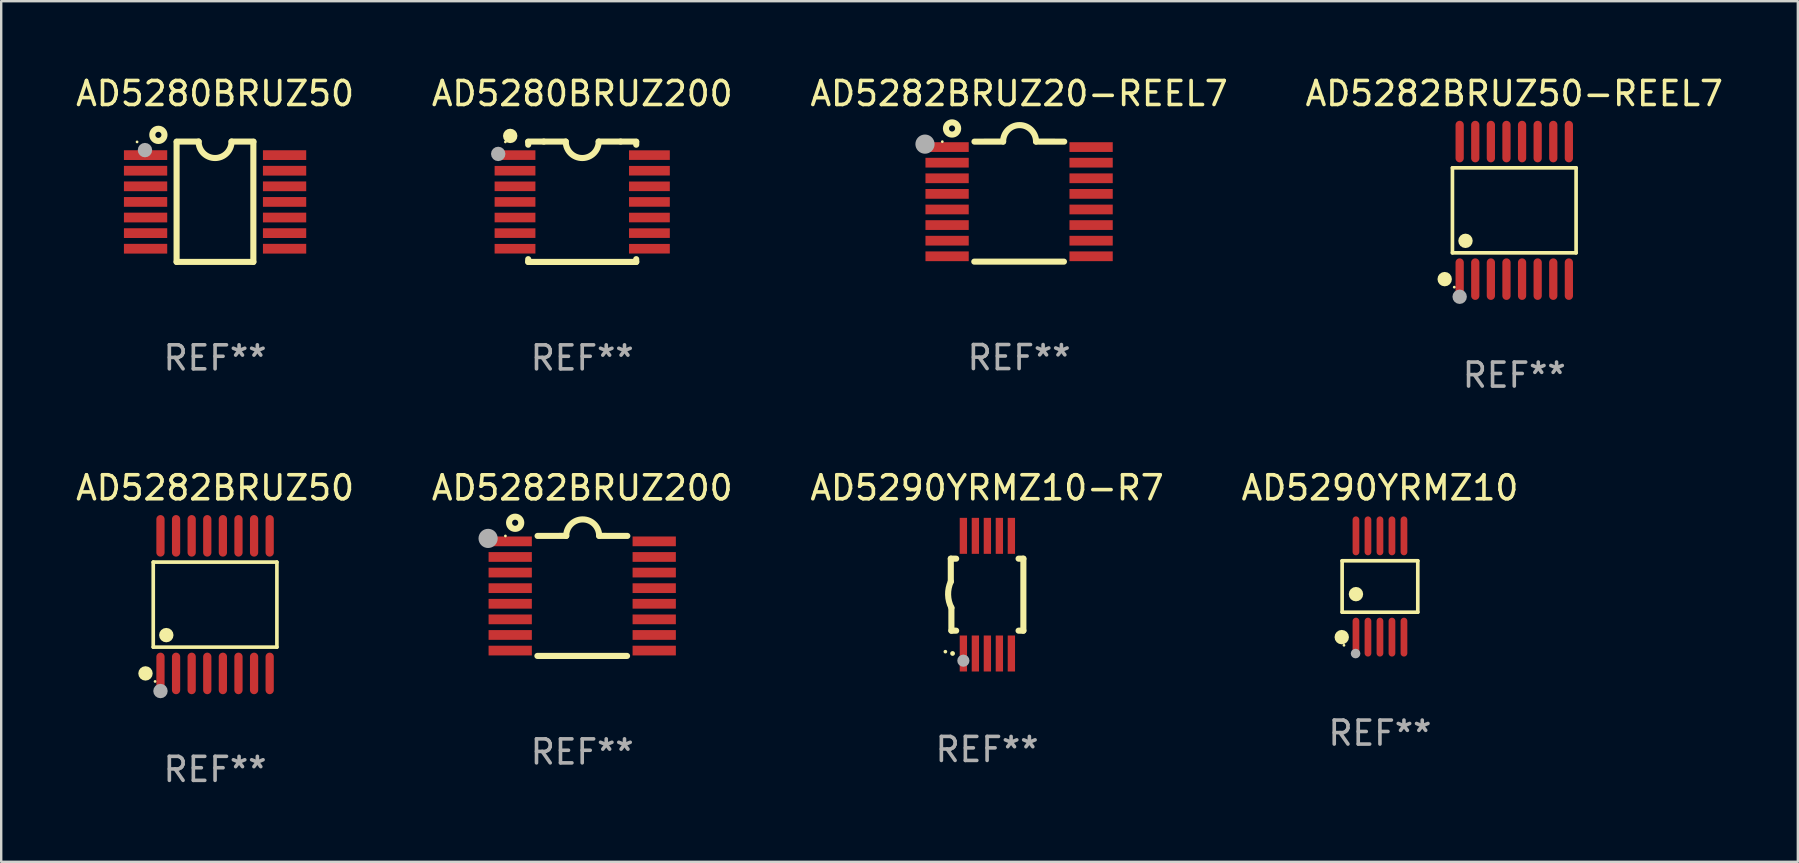
<source format=kicad_pcb>
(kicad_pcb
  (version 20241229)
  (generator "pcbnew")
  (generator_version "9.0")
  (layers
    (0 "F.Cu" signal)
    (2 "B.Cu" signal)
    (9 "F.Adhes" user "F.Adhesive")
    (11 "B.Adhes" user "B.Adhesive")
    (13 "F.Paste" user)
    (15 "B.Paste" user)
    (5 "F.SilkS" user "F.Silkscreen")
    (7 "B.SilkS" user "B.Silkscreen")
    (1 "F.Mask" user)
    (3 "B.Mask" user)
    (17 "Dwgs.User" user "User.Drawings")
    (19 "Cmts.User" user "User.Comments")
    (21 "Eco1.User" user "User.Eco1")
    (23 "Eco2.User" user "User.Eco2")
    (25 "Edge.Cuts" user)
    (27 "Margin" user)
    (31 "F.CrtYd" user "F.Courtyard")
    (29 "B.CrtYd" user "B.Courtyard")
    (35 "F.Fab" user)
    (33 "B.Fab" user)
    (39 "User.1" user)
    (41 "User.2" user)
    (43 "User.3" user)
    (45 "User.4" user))
  (footprint "AD5282BRUZ20-REEL7"
    (layer "F.Cu")
    (at 39.411 5.35)
    (property "Reference" "AD5282BRUZ20-REEL7" (at 0 -4.501 0) (layer "F.SilkS") (effects (font (size 1 1) (thickness 0.15))))
    (attr through_hole)
    (fp_line (start -1.868 2.501) (end 1.868 2.501) (stroke (width 0.254) (type solid)) (layer "F.SilkS"))
    (fp_line (start -1.86 -2.499) (end -0.666 -2.501) (stroke (width 0.254) (type solid)) (layer "F.SilkS"))
    (fp_line (start 0.706 -2.501) (end 1.88 -2.499) (stroke (width 0.254) (type solid)) (layer "F.SilkS"))
    (fp_arc (start -0.665914 -2.501448) (mid 0.019888 -3.18725) (end 0.70569 -2.501448) (stroke (width 0.254001) (type solid)) (layer "F.SilkS"))
    (fp_circle (center -3.2 -2.497) (end -3.17 -2.497) (stroke (width 0.06) (type solid)) (fill no) (layer "F.SilkS"))
    (fp_circle (center -2.794 -3.047) (end -2.54 -3.047) (stroke (width 0.254) (type solid)) (fill no) (layer "F.SilkS"))
    (fp_circle (center -3.921 -2.395) (end -3.721 -2.395) (stroke (width 0.4) (type solid)) (fill no) (layer "F.Fab"))
    (fp_text user "REF**" (at 0 6.501 0) (layer "F.Fab") (effects (font (size 1 1) (thickness 0.15))))
    (pad "1" smd rect (at -3 -2.272) (size 1.803 0.406) (layers "F.Cu" "F.Mask" "F.Paste"))
    (pad "2" smd rect (at -3 -1.622) (size 1.803 0.406) (layers "F.Cu" "F.Mask" "F.Paste"))
    (pad "3" smd rect (at -3 -0.972) (size 1.803 0.406) (layers "F.Cu" "F.Mask" "F.Paste"))
    (pad "4" smd rect (at -3 -0.322) (size 1.803 0.406) (layers "F.Cu" "F.Mask" "F.Paste"))
    (pad "5" smd rect (at -3 0.328) (size 1.803 0.406) (layers "F.Cu" "F.Mask" "F.Paste"))
    (pad "6" smd rect (at -3 0.978) (size 1.803 0.406) (layers "F.Cu" "F.Mask" "F.Paste"))
    (pad "7" smd rect (at -3 1.628) (size 1.803 0.406) (layers "F.Cu" "F.Mask" "F.Paste"))
    (pad "8" smd rect (at -3 2.278) (size 1.803 0.406) (layers "F.Cu" "F.Mask" "F.Paste"))
    (pad "9" smd rect (at 3 2.278) (size 1.803 0.406) (layers "F.Cu" "F.Mask" "F.Paste"))
    (pad "10" smd rect (at 3 1.628) (size 1.803 0.406) (layers "F.Cu" "F.Mask" "F.Paste"))
    (pad "11" smd rect (at 3 0.978) (size 1.803 0.406) (layers "F.Cu" "F.Mask" "F.Paste"))
    (pad "12" smd rect (at 3 0.328) (size 1.803 0.406) (layers "F.Cu" "F.Mask" "F.Paste"))
    (pad "13" smd rect (at 3 -0.322) (size 1.803 0.406) (layers "F.Cu" "F.Mask" "F.Paste"))
    (pad "14" smd rect (at 3 -0.972) (size 1.803 0.406) (layers "F.Cu" "F.Mask" "F.Paste"))
    (pad "15" smd rect (at 3 -1.622) (size 1.803 0.406) (layers "F.Cu" "F.Mask" "F.Paste"))
    (pad "16" smd rect (at 3 -2.272) (size 1.803 0.406) (layers "F.Cu" "F.Mask" "F.Paste")))
  (footprint "AD5282BRUZ50-REEL7"
    (layer "F.Cu")
    (at 60.042 5.714)
    (property "Reference" "AD5282BRUZ50-REEL7" (at 0 -4.866 0) (layer "F.SilkS") (effects (font (size 1 1) (thickness 0.15))))
    (attr through_hole)
    (fp_line (start -2.576 -1.772) (end 2.576 -1.772) (stroke (width 0.152) (type solid)) (layer "F.SilkS"))
    (fp_line (start -2.576 1.771) (end -2.576 -1.772) (stroke (width 0.152) (type solid)) (layer "F.SilkS"))
    (fp_line (start 2.576 -1.772) (end 2.576 1.771) (stroke (width 0.152) (type solid)) (layer "F.SilkS"))
    (fp_line (start 2.576 1.771) (end -2.576 1.771) (stroke (width 0.152) (type solid)) (layer "F.SilkS"))
    (fp_circle (center -2.899 2.866) (end -2.749 2.866) (stroke (width 0.3) (type solid)) (fill no) (layer "F.SilkS"))
    (fp_circle (center -2.5 3.2) (end -2.47 3.2) (stroke (width 0.06) (type solid)) (fill no) (layer "F.SilkS"))
    (fp_circle (center -2.032 1.27) (end -1.882 1.27) (stroke (width 0.3) (type solid)) (fill no) (layer "F.SilkS"))
    (fp_circle (center -2.275 3.6) (end -2.125 3.6) (stroke (width 0.3) (type solid)) (fill no) (layer "F.Fab"))
    (fp_text user "REF**" (at 0 6.866 0) (layer "F.Fab") (effects (font (size 1 1) (thickness 0.15))))
    (pad "1" smd oval (at -2.275 2.866) (size 0.343 1.731) (layers "F.Cu" "F.Mask" "F.Paste"))
    (pad "2" smd oval (at -1.625 2.866) (size 0.343 1.731) (layers "F.Cu" "F.Mask" "F.Paste"))
    (pad "3" smd oval (at -0.975 2.866) (size 0.343 1.731) (layers "F.Cu" "F.Mask" "F.Paste"))
    (pad "4" smd oval (at -0.325 2.866) (size 0.343 1.731) (layers "F.Cu" "F.Mask" "F.Paste"))
    (pad "5" smd oval (at 0.325 2.866) (size 0.343 1.731) (layers "F.Cu" "F.Mask" "F.Paste"))
    (pad "6" smd oval (at 0.975 2.866) (size 0.343 1.731) (layers "F.Cu" "F.Mask" "F.Paste"))
    (pad "7" smd oval (at 1.625 2.866) (size 0.343 1.731) (layers "F.Cu" "F.Mask" "F.Paste"))
    (pad "8" smd oval (at 2.275 2.866) (size 0.343 1.731) (layers "F.Cu" "F.Mask" "F.Paste"))
    (pad "9" smd oval (at 2.275 -2.866) (size 0.343 1.731) (layers "F.Cu" "F.Mask" "F.Paste"))
    (pad "10" smd oval (at 1.625 -2.866) (size 0.343 1.731) (layers "F.Cu" "F.Mask" "F.Paste"))
    (pad "11" smd oval (at 0.975 -2.866) (size 0.343 1.731) (layers "F.Cu" "F.Mask" "F.Paste"))
    (pad "12" smd oval (at 0.325 -2.866) (size 0.343 1.731) (layers "F.Cu" "F.Mask" "F.Paste"))
    (pad "13" smd oval (at -0.325 -2.866) (size 0.343 1.731) (layers "F.Cu" "F.Mask" "F.Paste"))
    (pad "14" smd oval (at -0.975 -2.866) (size 0.343 1.731) (layers "F.Cu" "F.Mask" "F.Paste"))
    (pad "15" smd oval (at -1.625 -2.866) (size 0.343 1.731) (layers "F.Cu" "F.Mask" "F.Paste"))
    (pad "16" smd oval (at -2.275 -2.866) (size 0.343 1.731) (layers "F.Cu" "F.Mask" "F.Paste")))
  (footprint "AD5290YRMZ10-R7"
    (layer "F.Cu")
    (at 38.077 21.727)
    (property "Reference" "AD5290YRMZ10-R7" (at 0 -4.451 0) (layer "F.SilkS") (effects (font (size 1 1) (thickness 0.15))))
    (attr through_hole)
    (fp_line (start -1.512 -1.5) (end -1.512 -0.546) (stroke (width 0.254) (type solid)) (layer "F.SilkS"))
    (fp_line (start -1.487 0.546) (end -1.487 1.5) (stroke (width 0.254) (type solid)) (layer "F.SilkS"))
    (fp_line (start -1.288 -1.5) (end -1.512 -1.5) (stroke (width 0.254) (type solid)) (layer "F.SilkS"))
    (fp_line (start -1.288 1.5) (end -1.487 1.5) (stroke (width 0.254) (type solid)) (layer "F.SilkS"))
    (fp_line (start 1.512 -1.5) (end 1.312 -1.5) (stroke (width 0.254) (type solid)) (layer "F.SilkS"))
    (fp_line (start 1.512 -1.5) (end 1.512 1.5) (stroke (width 0.254) (type solid)) (layer "F.SilkS"))
    (fp_line (start 1.512 1.5) (end 1.312 1.5) (stroke (width 0.254) (type solid)) (layer "F.SilkS"))
    (fp_arc (start -1.739332 2.375032) (mid -1.738062 2.375026) (end -1.736792 2.375032) (stroke (width 0.150013) (type solid)) (layer "F.SilkS"))
    (fp_arc (start -1.486602 0.546102) (mid -1.624196 0.002905) (end -1.512002 -0.546101) (stroke (width 0.254001) (type solid)) (layer "F.SilkS"))
    (fp_circle (center -1.438 2.45) (end -1.388 2.45) (stroke (width 0.1) (type solid)) (fill no) (layer "F.SilkS"))
    (fp_circle (center -0.988 2.75) (end -0.861 2.75) (stroke (width 0.254) (type solid)) (fill no) (layer "F.Fab"))
    (fp_text user "REF**" (at 0 6.451 0) (layer "F.Fab") (effects (font (size 1 1) (thickness 0.15))))
    (pad "1" smd rect (at -0.988 2.451 90) (size 1.5 0.305) (layers "F.Cu" "F.Mask" "F.Paste"))
    (pad "2" smd rect (at -0.488 2.451 90) (size 1.5 0.305) (layers "F.Cu" "F.Mask" "F.Paste"))
    (pad "3" smd rect (at 0.012 2.451 90) (size 1.5 0.305) (layers "F.Cu" "F.Mask" "F.Paste"))
    (pad "4" smd rect (at 0.512 2.451 90) (size 1.5 0.305) (layers "F.Cu" "F.Mask" "F.Paste"))
    (pad "5" smd rect (at 1.012 2.451 90) (size 1.5 0.305) (layers "F.Cu" "F.Mask" "F.Paste"))
    (pad "6" smd rect (at 1.012 -2.451 90) (size 1.5 0.305) (layers "F.Cu" "F.Mask" "F.Paste"))
    (pad "7" smd rect (at 0.512 -2.451 90) (size 1.5 0.305) (layers "F.Cu" "F.Mask" "F.Paste"))
    (pad "8" smd rect (at 0.012 -2.451 90) (size 1.5 0.305) (layers "F.Cu" "F.Mask" "F.Paste"))
    (pad "9" smd rect (at -0.488 -2.451 90) (size 1.5 0.305) (layers "F.Cu" "F.Mask" "F.Paste"))
    (pad "10" smd rect (at -0.988 -2.451 90) (size 1.5 0.305) (layers "F.Cu" "F.Mask" "F.Paste")))
  (footprint "AD5280BRUZ50"
    (layer "F.Cu")
    (at 5.911 5.355)
    (property "Reference" "AD5280BRUZ50" (at 0 -4.507 0) (layer "F.SilkS") (effects (font (size 1 1) (thickness 0.15))))
    (attr through_hole)
    (fp_line (start -1.603 2.507) (end -1.603 -2.494) (stroke (width 0.254) (type solid)) (layer "F.SilkS"))
    (fp_line (start -1.603 2.507) (end 1.595 2.507) (stroke (width 0.254) (type solid)) (layer "F.SilkS"))
    (fp_line (start -1.6 -2.507) (end -0.686 -2.507) (stroke (width 0.254) (type solid)) (layer "F.SilkS"))
    (fp_line (start 0.686 -2.507) (end 1.6 -2.507) (stroke (width 0.254) (type solid)) (layer "F.SilkS"))
    (fp_line (start 1.595 2.507) (end 1.595 -2.494) (stroke (width 0.254) (type solid)) (layer "F.SilkS"))
    (fp_arc (start 0.685852 -2.506998) (mid 0.000051 -1.821197) (end -0.68575 -2.506998) (stroke (width 0.254001) (type solid)) (layer "F.SilkS"))
    (fp_circle (center -3.25 -2.492) (end -3.22 -2.492) (stroke (width 0.06) (type solid)) (fill no) (layer "F.SilkS"))
    (fp_circle (center -2.362 -2.786) (end -2.108 -2.786) (stroke (width 0.254) (type solid)) (fill no) (layer "F.SilkS"))
    (fp_circle (center -2.921 -2.151) (end -2.771 -2.151) (stroke (width 0.3) (type solid)) (fill no) (layer "F.Fab"))
    (fp_text user "REF**" (at 0 6.507 0) (layer "F.Fab") (effects (font (size 1 1) (thickness 0.15))))
    (pad "1" smd rect (at -2.896 -1.942) (size 1.803 0.406) (layers "F.Cu" "F.Mask" "F.Paste"))
    (pad "2" smd rect (at -2.896 -1.292) (size 1.803 0.406) (layers "F.Cu" "F.Mask" "F.Paste"))
    (pad "3" smd rect (at -2.896 -0.642) (size 1.803 0.406) (layers "F.Cu" "F.Mask" "F.Paste"))
    (pad "4" smd rect (at -2.896 0.008) (size 1.803 0.406) (layers "F.Cu" "F.Mask" "F.Paste"))
    (pad "5" smd rect (at -2.896 0.658) (size 1.803 0.406) (layers "F.Cu" "F.Mask" "F.Paste"))
    (pad "6" smd rect (at -2.896 1.308) (size 1.803 0.406) (layers "F.Cu" "F.Mask" "F.Paste"))
    (pad "7" smd rect (at -2.896 1.958) (size 1.803 0.406) (layers "F.Cu" "F.Mask" "F.Paste"))
    (pad "8" smd rect (at 2.896 1.958) (size 1.803 0.406) (layers "F.Cu" "F.Mask" "F.Paste"))
    (pad "9" smd rect (at 2.896 1.308) (size 1.803 0.406) (layers "F.Cu" "F.Mask" "F.Paste"))
    (pad "10" smd rect (at 2.896 0.658) (size 1.803 0.406) (layers "F.Cu" "F.Mask" "F.Paste"))
    (pad "11" smd rect (at 2.896 0.008) (size 1.803 0.406) (layers "F.Cu" "F.Mask" "F.Paste"))
    (pad "12" smd rect (at 2.896 -0.642) (size 1.803 0.406) (layers "F.Cu" "F.Mask" "F.Paste"))
    (pad "13" smd rect (at 2.896 -1.292) (size 1.803 0.406) (layers "F.Cu" "F.Mask" "F.Paste"))
    (pad "14" smd rect (at 2.896 -1.942) (size 1.803 0.406) (layers "F.Cu" "F.Mask" "F.Paste")))
  (footprint "AD5282BRUZ200"
    (layer "F.Cu")
    (at 21.208 21.778)
    (property "Reference" "AD5282BRUZ200" (at 0 -4.501 0) (layer "F.SilkS") (effects (font (size 1 1) (thickness 0.15))))
    (attr through_hole)
    (fp_line (start -1.868 2.501) (end 1.868 2.501) (stroke (width 0.254) (type solid)) (layer "F.SilkS"))
    (fp_line (start -1.86 -2.499) (end -0.666 -2.501) (stroke (width 0.254) (type solid)) (layer "F.SilkS"))
    (fp_line (start 0.706 -2.501) (end 1.88 -2.499) (stroke (width 0.254) (type solid)) (layer "F.SilkS"))
    (fp_arc (start -0.665914 -2.501448) (mid 0.019888 -3.18725) (end 0.70569 -2.501448) (stroke (width 0.254001) (type solid)) (layer "F.SilkS"))
    (fp_circle (center -3.2 -2.497) (end -3.17 -2.497) (stroke (width 0.06) (type solid)) (fill no) (layer "F.SilkS"))
    (fp_circle (center -2.794 -3.047) (end -2.54 -3.047) (stroke (width 0.254) (type solid)) (fill no) (layer "F.SilkS"))
    (fp_circle (center -3.921 -2.395) (end -3.721 -2.395) (stroke (width 0.4) (type solid)) (fill no) (layer "F.Fab"))
    (fp_text user "REF**" (at 0 6.501 0) (layer "F.Fab") (effects (font (size 1 1) (thickness 0.15))))
    (pad "1" smd rect (at -3 -2.272) (size 1.803 0.406) (layers "F.Cu" "F.Mask" "F.Paste"))
    (pad "2" smd rect (at -3 -1.622) (size 1.803 0.406) (layers "F.Cu" "F.Mask" "F.Paste"))
    (pad "3" smd rect (at -3 -0.972) (size 1.803 0.406) (layers "F.Cu" "F.Mask" "F.Paste"))
    (pad "4" smd rect (at -3 -0.322) (size 1.803 0.406) (layers "F.Cu" "F.Mask" "F.Paste"))
    (pad "5" smd rect (at -3 0.328) (size 1.803 0.406) (layers "F.Cu" "F.Mask" "F.Paste"))
    (pad "6" smd rect (at -3 0.978) (size 1.803 0.406) (layers "F.Cu" "F.Mask" "F.Paste"))
    (pad "7" smd rect (at -3 1.628) (size 1.803 0.406) (layers "F.Cu" "F.Mask" "F.Paste"))
    (pad "8" smd rect (at -3 2.278) (size 1.803 0.406) (layers "F.Cu" "F.Mask" "F.Paste"))
    (pad "9" smd rect (at 3 2.278) (size 1.803 0.406) (layers "F.Cu" "F.Mask" "F.Paste"))
    (pad "10" smd rect (at 3 1.628) (size 1.803 0.406) (layers "F.Cu" "F.Mask" "F.Paste"))
    (pad "11" smd rect (at 3 0.978) (size 1.803 0.406) (layers "F.Cu" "F.Mask" "F.Paste"))
    (pad "12" smd rect (at 3 0.328) (size 1.803 0.406) (layers "F.Cu" "F.Mask" "F.Paste"))
    (pad "13" smd rect (at 3 -0.322) (size 1.803 0.406) (layers "F.Cu" "F.Mask" "F.Paste"))
    (pad "14" smd rect (at 3 -0.972) (size 1.803 0.406) (layers "F.Cu" "F.Mask" "F.Paste"))
    (pad "15" smd rect (at 3 -1.622) (size 1.803 0.406) (layers "F.Cu" "F.Mask" "F.Paste"))
    (pad "16" smd rect (at 3 -2.272) (size 1.803 0.406) (layers "F.Cu" "F.Mask" "F.Paste")))
  (footprint "AD5290YRMZ10"
    (layer "F.Cu")
    (at 54.446 21.386)
    (property "Reference" "AD5290YRMZ10" (at 0 -4.11 0) (layer "F.SilkS") (effects (font (size 1 1) (thickness 0.15))))
    (attr through_hole)
    (fp_line (start -1.576 -1.071) (end 1.576 -1.071) (stroke (width 0.152) (type solid)) (layer "F.SilkS"))
    (fp_line (start -1.576 1.071) (end -1.576 -1.071) (stroke (width 0.152) (type solid)) (layer "F.SilkS"))
    (fp_line (start 1.576 -1.071) (end 1.576 1.071) (stroke (width 0.152) (type solid)) (layer "F.SilkS"))
    (fp_line (start 1.576 1.071) (end -1.576 1.071) (stroke (width 0.152) (type solid)) (layer "F.SilkS"))
    (fp_circle (center -1.592 2.11) (end -1.442 2.11) (stroke (width 0.3) (type solid)) (fill no) (layer "F.SilkS"))
    (fp_circle (center -1.5 2.45) (end -1.47 2.45) (stroke (width 0.06) (type solid)) (fill no) (layer "F.SilkS"))
    (fp_circle (center -1 0.319) (end -0.85 0.319) (stroke (width 0.3) (type solid)) (fill no) (layer "F.SilkS"))
    (fp_circle (center -1.016 2.794) (end -0.916 2.794) (stroke (width 0.2) (type solid)) (fill no) (layer "F.Fab"))
    (fp_text user "REF**" (at 0 6.11 0) (layer "F.Fab") (effects (font (size 1 1) (thickness 0.15))))
    (pad "1" smd oval (at -1 2.11) (size 0.28 1.62) (layers "F.Cu" "F.Mask" "F.Paste"))
    (pad "2" smd oval (at -0.5 2.11) (size 0.28 1.62) (layers "F.Cu" "F.Mask" "F.Paste"))
    (pad "3" smd oval (at 0 2.11) (size 0.28 1.62) (layers "F.Cu" "F.Mask" "F.Paste"))
    (pad "4" smd oval (at 0.5 2.11) (size 0.28 1.62) (layers "F.Cu" "F.Mask" "F.Paste"))
    (pad "5" smd oval (at 1 2.11) (size 0.28 1.62) (layers "F.Cu" "F.Mask" "F.Paste"))
    (pad "6" smd oval (at 1 -2.11) (size 0.28 1.62) (layers "F.Cu" "F.Mask" "F.Paste"))
    (pad "7" smd oval (at 0.5 -2.11) (size 0.28 1.62) (layers "F.Cu" "F.Mask" "F.Paste"))
    (pad "8" smd oval (at 0 -2.11) (size 0.28 1.62) (layers "F.Cu" "F.Mask" "F.Paste"))
    (pad "9" smd oval (at -0.5 -2.11) (size 0.28 1.62) (layers "F.Cu" "F.Mask" "F.Paste"))
    (pad "10" smd oval (at -1 -2.11) (size 0.28 1.62) (layers "F.Cu" "F.Mask" "F.Paste")))
  (footprint "AD5282BRUZ50"
    (layer "F.Cu")
    (at 5.911 22.142)
    (property "Reference" "AD5282BRUZ50" (at 0 -4.866 0) (layer "F.SilkS") (effects (font (size 1 1) (thickness 0.15))))
    (attr through_hole)
    (fp_line (start -2.576 -1.772) (end 2.576 -1.772) (stroke (width 0.152) (type solid)) (layer "F.SilkS"))
    (fp_line (start -2.576 1.771) (end -2.576 -1.772) (stroke (width 0.152) (type solid)) (layer "F.SilkS"))
    (fp_line (start 2.576 -1.772) (end 2.576 1.771) (stroke (width 0.152) (type solid)) (layer "F.SilkS"))
    (fp_line (start 2.576 1.771) (end -2.576 1.771) (stroke (width 0.152) (type solid)) (layer "F.SilkS"))
    (fp_circle (center -2.899 2.866) (end -2.749 2.866) (stroke (width 0.3) (type solid)) (fill no) (layer "F.SilkS"))
    (fp_circle (center -2.5 3.2) (end -2.47 3.2) (stroke (width 0.06) (type solid)) (fill no) (layer "F.SilkS"))
    (fp_circle (center -2.032 1.27) (end -1.882 1.27) (stroke (width 0.3) (type solid)) (fill no) (layer "F.SilkS"))
    (fp_circle (center -2.275 3.6) (end -2.125 3.6) (stroke (width 0.3) (type solid)) (fill no) (layer "F.Fab"))
    (fp_text user "REF**" (at 0 6.866 0) (layer "F.Fab") (effects (font (size 1 1) (thickness 0.15))))
    (pad "1" smd oval (at -2.275 2.866) (size 0.343 1.731) (layers "F.Cu" "F.Mask" "F.Paste"))
    (pad "2" smd oval (at -1.625 2.866) (size 0.343 1.731) (layers "F.Cu" "F.Mask" "F.Paste"))
    (pad "3" smd oval (at -0.975 2.866) (size 0.343 1.731) (layers "F.Cu" "F.Mask" "F.Paste"))
    (pad "4" smd oval (at -0.325 2.866) (size 0.343 1.731) (layers "F.Cu" "F.Mask" "F.Paste"))
    (pad "5" smd oval (at 0.325 2.866) (size 0.343 1.731) (layers "F.Cu" "F.Mask" "F.Paste"))
    (pad "6" smd oval (at 0.975 2.866) (size 0.343 1.731) (layers "F.Cu" "F.Mask" "F.Paste"))
    (pad "7" smd oval (at 1.625 2.866) (size 0.343 1.731) (layers "F.Cu" "F.Mask" "F.Paste"))
    (pad "8" smd oval (at 2.275 2.866) (size 0.343 1.731) (layers "F.Cu" "F.Mask" "F.Paste"))
    (pad "9" smd oval (at 2.275 -2.866) (size 0.343 1.731) (layers "F.Cu" "F.Mask" "F.Paste"))
    (pad "10" smd oval (at 1.625 -2.866) (size 0.343 1.731) (layers "F.Cu" "F.Mask" "F.Paste"))
    (pad "11" smd oval (at 0.975 -2.866) (size 0.343 1.731) (layers "F.Cu" "F.Mask" "F.Paste"))
    (pad "12" smd oval (at 0.325 -2.866) (size 0.343 1.731) (layers "F.Cu" "F.Mask" "F.Paste"))
    (pad "13" smd oval (at -0.325 -2.866) (size 0.343 1.731) (layers "F.Cu" "F.Mask" "F.Paste"))
    (pad "14" smd oval (at -0.975 -2.866) (size 0.343 1.731) (layers "F.Cu" "F.Mask" "F.Paste"))
    (pad "15" smd oval (at -1.625 -2.866) (size 0.343 1.731) (layers "F.Cu" "F.Mask" "F.Paste"))
    (pad "16" smd oval (at -2.275 -2.866) (size 0.343 1.731) (layers "F.Cu" "F.Mask" "F.Paste")))
  (footprint "AD5280BRUZ200"
    (layer "F.Cu")
    (at 21.208 5.356)
    (property "Reference" "AD5280BRUZ200" (at 0 -4.507 0) (layer "F.SilkS") (effects (font (size 1 1) (thickness 0.15))))
    (attr through_hole)
    (fp_line (start -2.25 -2.377) (end -2.25 -2.493) (stroke (width 0.254) (type solid)) (layer "F.SilkS"))
    (fp_line (start -2.25 2.507) (end -2.25 2.392) (stroke (width 0.254) (type solid)) (layer "F.SilkS"))
    (fp_line (start -1.6 -2.507) (end -2.25 -2.507) (stroke (width 0.254) (type solid)) (layer "F.SilkS"))
    (fp_line (start -1.6 -2.507) (end -0.686 -2.507) (stroke (width 0.254) (type solid)) (layer "F.SilkS"))
    (fp_line (start 0.686 -2.507) (end 1.6 -2.507) (stroke (width 0.254) (type solid)) (layer "F.SilkS"))
    (fp_line (start 1.6 -2.507) (end 2.25 -2.507) (stroke (width 0.254) (type solid)) (layer "F.SilkS"))
    (fp_line (start 2.25 -2.493) (end 2.25 -2.377) (stroke (width 0.254) (type solid)) (layer "F.SilkS"))
    (fp_line (start 2.25 2.392) (end 2.25 2.507) (stroke (width 0.254) (type solid)) (layer "F.SilkS"))
    (fp_line (start 2.25 2.507) (end -2.25 2.507) (stroke (width 0.254) (type solid)) (layer "F.SilkS"))
    (fp_arc (start 0.685852 -2.507303) (mid 0.000051 -1.821502) (end -0.68575 -2.507303) (stroke (width 0.254001) (type solid)) (layer "F.SilkS"))
    (fp_circle (center -3.2 -2.493) (end -3.17 -2.493) (stroke (width 0.06) (type solid)) (fill no) (layer "F.SilkS"))
    (fp_circle (center -3 -2.743) (end -2.85 -2.743) (stroke (width 0.3) (type solid)) (fill no) (layer "F.SilkS"))
    (fp_circle (center -3.5 -1.993) (end -3.35 -1.993) (stroke (width 0.3) (type solid)) (fill no) (layer "F.Fab"))
    (fp_text user "REF**" (at 0 6.507 0) (layer "F.Fab") (effects (font (size 1 1) (thickness 0.15))))
    (pad "1" smd rect (at -2.8 -1.943) (size 1.7 0.4) (layers "F.Cu" "F.Mask" "F.Paste"))
    (pad "2" smd rect (at -2.8 -1.293) (size 1.7 0.4) (layers "F.Cu" "F.Mask" "F.Paste"))
    (pad "3" smd rect (at -2.8 -0.643) (size 1.7 0.4) (layers "F.Cu" "F.Mask" "F.Paste"))
    (pad "4" smd rect (at -2.8 0.007) (size 1.7 0.4) (layers "F.Cu" "F.Mask" "F.Paste"))
    (pad "5" smd rect (at -2.8 0.657) (size 1.7 0.4) (layers "F.Cu" "F.Mask" "F.Paste"))
    (pad "6" smd rect (at -2.8 1.307) (size 1.7 0.4) (layers "F.Cu" "F.Mask" "F.Paste"))
    (pad "7" smd rect (at -2.8 1.957) (size 1.7 0.4) (layers "F.Cu" "F.Mask" "F.Paste"))
    (pad "8" smd rect (at 2.8 1.957) (size 1.7 0.4) (layers "F.Cu" "F.Mask" "F.Paste"))
    (pad "9" smd rect (at 2.8 1.307) (size 1.7 0.4) (layers "F.Cu" "F.Mask" "F.Paste"))
    (pad "10" smd rect (at 2.8 0.657) (size 1.7 0.4) (layers "F.Cu" "F.Mask" "F.Paste"))
    (pad "11" smd rect (at 2.8 0.007) (size 1.7 0.4) (layers "F.Cu" "F.Mask" "F.Paste"))
    (pad "12" smd rect (at 2.8 -0.643) (size 1.7 0.4) (layers "F.Cu" "F.Mask" "F.Paste"))
    (pad "13" smd rect (at 2.8 -1.293) (size 1.7 0.4) (layers "F.Cu" "F.Mask" "F.Paste"))
    (pad "14" smd rect (at 2.8 -1.943) (size 1.7 0.4) (layers "F.Cu" "F.Mask" "F.Paste")))
  (gr_rect
    (start -3 -3)
    (end 71.857 32.856)
    (stroke (width 0.1) (type default))
    (fill no)
    (layer "Edge.Cuts")))
</source>
